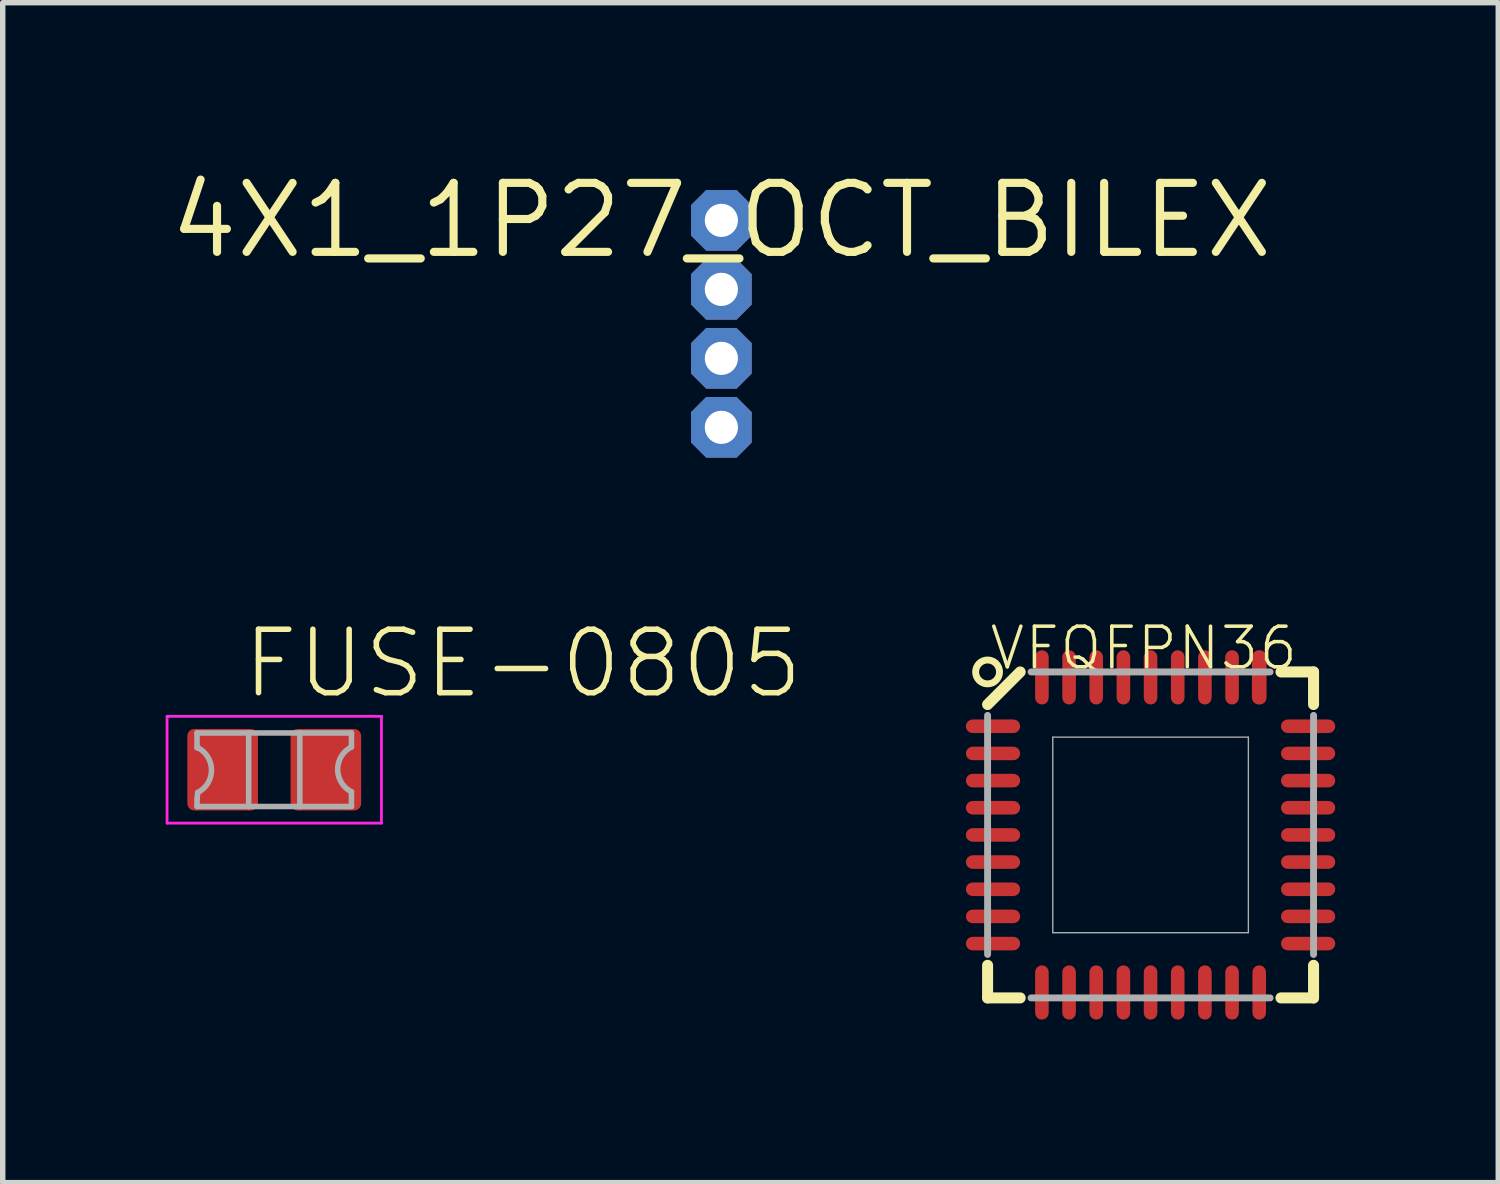
<source format=kicad_pcb>
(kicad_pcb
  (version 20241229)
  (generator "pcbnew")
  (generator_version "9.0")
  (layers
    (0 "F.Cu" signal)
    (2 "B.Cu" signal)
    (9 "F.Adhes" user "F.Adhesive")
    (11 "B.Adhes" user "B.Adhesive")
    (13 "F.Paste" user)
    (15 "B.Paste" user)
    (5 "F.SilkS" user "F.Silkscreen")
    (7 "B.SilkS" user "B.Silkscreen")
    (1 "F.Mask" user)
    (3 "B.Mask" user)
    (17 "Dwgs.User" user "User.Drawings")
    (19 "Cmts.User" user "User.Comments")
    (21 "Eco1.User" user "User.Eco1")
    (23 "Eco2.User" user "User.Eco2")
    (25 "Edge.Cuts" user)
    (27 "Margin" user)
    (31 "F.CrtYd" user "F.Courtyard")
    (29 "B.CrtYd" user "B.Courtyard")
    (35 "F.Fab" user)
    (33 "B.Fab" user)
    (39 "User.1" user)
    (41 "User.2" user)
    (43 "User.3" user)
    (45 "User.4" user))
  (footprint "4X1_1P27_OCT_BILEX"
    (layer "F.Cu")
    (at 10.228 1.006)
    (property "Reference" "4X1_1P27_OCT_BILEX" (at 0 0 0) (layer "F.SilkS") (effects (font (size 1.27 1.27) (thickness 0.15))))
    (pad "1" thru_hole roundrect (at 0 0) (size 1.118 1.118) (drill 0.61) (layers "*.Cu" "*.Mask") (roundrect_rratio 0.25) (chamfer_ratio 0.25) (chamfer top_left top_right bottom_left bottom_right))
    (pad "2" thru_hole roundrect (at 0 1.27) (size 1.118 1.118) (drill 0.61) (layers "*.Cu" "*.Mask") (roundrect_rratio 0.25) (chamfer_ratio 0.25) (chamfer top_left top_right bottom_left bottom_right))
    (pad "3" thru_hole roundrect (at 0 2.54) (size 1.118 1.118) (drill 0.61) (layers "*.Cu" "*.Mask") (roundrect_rratio 0.25) (chamfer_ratio 0.25) (chamfer top_left top_right bottom_left bottom_right))
    (pad "4" thru_hole roundrect (at 0 3.81) (size 1.118 1.118) (drill 0.61) (layers "*.Cu" "*.Mask") (roundrect_rratio 0.25) (chamfer_ratio 0.25) (chamfer top_left top_right bottom_left bottom_right)))
  (footprint "FUSE-0805"
    (layer "F.Cu")
    (at 1.998 11.118)
    (property "Reference" "FUSE-0805" (at -0.635 -1.27 0) (layer "F.SilkS") (effects (font (size 1.168 1.168) (thickness 0.102)) (justify left bottom)))
    (fp_line (start -1.973 -0.983) (end 1.973 -0.983) (stroke (width 0.051) (type solid)) (layer "F.CrtYd"))
    (fp_line (start -1.973 0.983) (end -1.973 -0.983) (stroke (width 0.051) (type solid)) (layer "F.CrtYd"))
    (fp_line (start 1.973 -0.983) (end 1.973 0.983) (stroke (width 0.051) (type solid)) (layer "F.CrtYd"))
    (fp_line (start 1.973 0.983) (end -1.973 0.983) (stroke (width 0.051) (type solid)) (layer "F.CrtYd"))
    (fp_line (start -1.421 -0.677) (end -0.471 -0.677) (stroke (width 0.102) (type solid)) (layer "F.Fab"))
    (fp_line (start -1.421 -0.406) (end -1.421 -0.677) (stroke (width 0.102) (type solid)) (layer "F.Fab"))
    (fp_line (start -1.421 0.546) (end -1.409 0.419) (stroke (width 0.102) (type solid)) (layer "F.Fab"))
    (fp_line (start -1.421 0.677) (end -1.421 0.546) (stroke (width 0.102) (type solid)) (layer "F.Fab"))
    (fp_line (start -1.409 -0.406) (end -1.421 -0.406) (stroke (width 0.102) (type solid)) (layer "F.Fab"))
    (fp_line (start -0.471 -0.677) (end 0.471 -0.677) (stroke (width 0.102) (type solid)) (layer "F.Fab"))
    (fp_line (start -0.471 0.677) (end -1.421 0.677) (stroke (width 0.102) (type solid)) (layer "F.Fab"))
    (fp_line (start -0.471 0.677) (end -0.471 -0.677) (stroke (width 0.102) (type solid)) (layer "F.Fab"))
    (fp_line (start 0.471 -0.677) (end 0.471 0.677) (stroke (width 0.102) (type solid)) (layer "F.Fab"))
    (fp_line (start 0.471 -0.677) (end 1.421 -0.677) (stroke (width 0.102) (type solid)) (layer "F.Fab"))
    (fp_line (start 0.471 0.677) (end -0.471 0.677) (stroke (width 0.102) (type solid)) (layer "F.Fab"))
    (fp_line (start 1.421 -0.677) (end 1.421 -0.419) (stroke (width 0.102) (type solid)) (layer "F.Fab"))
    (fp_line (start 1.421 0.406) (end 1.421 0.677) (stroke (width 0.102) (type solid)) (layer "F.Fab"))
    (fp_line (start 1.421 0.677) (end 0.471 0.677) (stroke (width 0.102) (type solid)) (layer "F.Fab"))
    (fp_arc (start -1.408499 -0.406499) (mid -1.154715 0.006251) (end -1.4085 0.419) (stroke (width 0.1016) (type solid)) (layer "F.Fab"))
    (fp_arc (start 1.420999 0.406499) (mid 1.167215 -0.006251) (end 1.421 -0.419) (stroke (width 0.1016) (type solid)) (layer "F.Fab"))
    (pad "1" smd roundrect (at -0.95 0) (size 1.3 1.5) (layers "F.Cu" "F.Mask" "F.Paste") (roundrect_rratio 0.098))
    (pad "2" smd roundrect (at 0.95 0) (size 1.3 1.5) (layers "F.Cu" "F.Mask" "F.Paste") (roundrect_rratio 0.098)))
  (footprint "VFQFPN36"
    (layer "F.Cu")
    (at 18.128 12.318)
    (property "Reference" "VFQFPN36" (at -3 -3 0) (layer "F.SilkS") (effects (font (size 0.748 0.748) (thickness 0.065)) (justify left bottom)))
    (fp_line (start -3 -2.4) (end -2.4 -3) (stroke (width 0.203) (type solid)) (layer "F.SilkS"))
    (fp_line (start -3 3) (end -3 2.4) (stroke (width 0.203) (type solid)) (layer "F.SilkS"))
    (fp_line (start -3 3) (end -2.4 3) (stroke (width 0.203) (type solid)) (layer "F.SilkS"))
    (fp_line (start 2.4 -3) (end 3 -3) (stroke (width 0.203) (type solid)) (layer "F.SilkS"))
    (fp_line (start 2.4 3) (end 3 3) (stroke (width 0.203) (type solid)) (layer "F.SilkS"))
    (fp_line (start 3 -2.4) (end 3 -3) (stroke (width 0.203) (type solid)) (layer "F.SilkS"))
    (fp_line (start 3 3) (end 3 2.4) (stroke (width 0.203) (type solid)) (layer "F.SilkS"))
    (fp_circle (center -3 -3) (end -2.78 -3) (stroke (width 0.127) (type solid)) (fill no) (layer "F.SilkS"))
    (fp_line (start -3 2.2) (end -3 -2.2) (stroke (width 0.127) (type solid)) (layer "F.Fab"))
    (fp_line (start -1.8 -1.8) (end 1.8 -1.8) (stroke (width 0.025) (type solid)) (layer "F.Fab"))
    (fp_line (start -1.8 1.8) (end -1.8 -1.8) (stroke (width 0.025) (type solid)) (layer "F.Fab"))
    (fp_line (start 1.8 -1.8) (end 1.8 1.8) (stroke (width 0.025) (type solid)) (layer "F.Fab"))
    (fp_line (start 1.8 1.8) (end -1.8 1.8) (stroke (width 0.025) (type solid)) (layer "F.Fab"))
    (fp_line (start 2.2 -3) (end -2.2 -3) (stroke (width 0.127) (type solid)) (layer "F.Fab"))
    (fp_line (start 2.2 3) (end -2.2 3) (stroke (width 0.127) (type solid)) (layer "F.Fab"))
    (fp_line (start 3 2.2) (end 3 -2.2) (stroke (width 0.127) (type solid)) (layer "F.Fab"))
    (pad "1" smd roundrect (at -2.9 -2) (size 1 0.25) (layers "F.Cu" "F.Mask" "F.Paste") (roundrect_rratio 0.5))
    (pad "2" smd roundrect (at -2.9 -1.5) (size 1 0.25) (layers "F.Cu" "F.Mask" "F.Paste") (roundrect_rratio 0.5))
    (pad "3" smd roundrect (at -2.9 -1) (size 1 0.25) (layers "F.Cu" "F.Mask" "F.Paste") (roundrect_rratio 0.5))
    (pad "4" smd roundrect (at -2.9 -0.5) (size 1 0.25) (layers "F.Cu" "F.Mask" "F.Paste") (roundrect_rratio 0.5))
    (pad "5" smd roundrect (at -2.9 0) (size 1 0.25) (layers "F.Cu" "F.Mask" "F.Paste") (roundrect_rratio 0.5))
    (pad "6" smd roundrect (at -2.9 0.5) (size 1 0.25) (layers "F.Cu" "F.Mask" "F.Paste") (roundrect_rratio 0.5))
    (pad "7" smd roundrect (at -2.9 1) (size 1 0.25) (layers "F.Cu" "F.Mask" "F.Paste") (roundrect_rratio 0.5))
    (pad "8" smd roundrect (at -2.9 1.5) (size 1 0.25) (layers "F.Cu" "F.Mask" "F.Paste") (roundrect_rratio 0.5))
    (pad "9" smd roundrect (at -2.9 2) (size 1 0.25) (layers "F.Cu" "F.Mask" "F.Paste") (roundrect_rratio 0.5))
    (pad "10" smd roundrect (at -2 2.9 90) (size 1 0.25) (layers "F.Cu" "F.Mask" "F.Paste") (roundrect_rratio 0.5))
    (pad "11" smd roundrect (at -1.5 2.9 90) (size 1 0.25) (layers "F.Cu" "F.Mask" "F.Paste") (roundrect_rratio 0.5))
    (pad "12" smd roundrect (at -1 2.9 90) (size 1 0.25) (layers "F.Cu" "F.Mask" "F.Paste") (roundrect_rratio 0.5))
    (pad "13" smd roundrect (at -0.5 2.9 90) (size 1 0.25) (layers "F.Cu" "F.Mask" "F.Paste") (roundrect_rratio 0.5))
    (pad "14" smd roundrect (at 0 2.9 90) (size 1 0.25) (layers "F.Cu" "F.Mask" "F.Paste") (roundrect_rratio 0.5))
    (pad "15" smd roundrect (at 0.5 2.9 90) (size 1 0.25) (layers "F.Cu" "F.Mask" "F.Paste") (roundrect_rratio 0.5))
    (pad "16" smd roundrect (at 1 2.9 90) (size 1 0.25) (layers "F.Cu" "F.Mask" "F.Paste") (roundrect_rratio 0.5))
    (pad "17" smd roundrect (at 1.5 2.9 90) (size 1 0.25) (layers "F.Cu" "F.Mask" "F.Paste") (roundrect_rratio 0.5))
    (pad "18" smd roundrect (at 2 2.9 90) (size 1 0.25) (layers "F.Cu" "F.Mask" "F.Paste") (roundrect_rratio 0.5))
    (pad "19" smd roundrect (at 2.9 2 180) (size 1 0.25) (layers "F.Cu" "F.Mask" "F.Paste") (roundrect_rratio 0.5))
    (pad "20" smd roundrect (at 2.9 1.5 180) (size 1 0.25) (layers "F.Cu" "F.Mask" "F.Paste") (roundrect_rratio 0.5))
    (pad "21" smd roundrect (at 2.9 1 180) (size 1 0.25) (layers "F.Cu" "F.Mask" "F.Paste") (roundrect_rratio 0.5))
    (pad "22" smd roundrect (at 2.9 0.5 180) (size 1 0.25) (layers "F.Cu" "F.Mask" "F.Paste") (roundrect_rratio 0.5))
    (pad "23" smd roundrect (at 2.9 0 180) (size 1 0.25) (layers "F.Cu" "F.Mask" "F.Paste") (roundrect_rratio 0.5))
    (pad "24" smd roundrect (at 2.9 -0.5 180) (size 1 0.25) (layers "F.Cu" "F.Mask" "F.Paste") (roundrect_rratio 0.5))
    (pad "25" smd roundrect (at 2.9 -1 180) (size 1 0.25) (layers "F.Cu" "F.Mask" "F.Paste") (roundrect_rratio 0.5))
    (pad "26" smd roundrect (at 2.9 -1.5 180) (size 1 0.25) (layers "F.Cu" "F.Mask" "F.Paste") (roundrect_rratio 0.5))
    (pad "27" smd roundrect (at 2.9 -2 180) (size 1 0.25) (layers "F.Cu" "F.Mask" "F.Paste") (roundrect_rratio 0.5))
    (pad "28" smd roundrect (at 2 -2.9 270) (size 1 0.27) (layers "F.Cu" "F.Mask" "F.Paste") (roundrect_rratio 0.47))
    (pad "29" smd roundrect (at 1.5 -2.9 270) (size 1 0.25) (layers "F.Cu" "F.Mask" "F.Paste") (roundrect_rratio 0.5))
    (pad "30" smd roundrect (at 1 -2.9 270) (size 1 0.25) (layers "F.Cu" "F.Mask" "F.Paste") (roundrect_rratio 0.5))
    (pad "31" smd roundrect (at 0.5 -2.9 270) (size 1 0.25) (layers "F.Cu" "F.Mask" "F.Paste") (roundrect_rratio 0.5))
    (pad "32" smd roundrect (at 0 -2.9 270) (size 1 0.25) (layers "F.Cu" "F.Mask" "F.Paste") (roundrect_rratio 0.5))
    (pad "33" smd roundrect (at -0.5 -2.9 270) (size 1 0.25) (layers "F.Cu" "F.Mask" "F.Paste") (roundrect_rratio 0.5))
    (pad "34" smd roundrect (at -1 -2.9 270) (size 1 0.25) (layers "F.Cu" "F.Mask" "F.Paste") (roundrect_rratio 0.5))
    (pad "35" smd roundrect (at -1.5 -2.9 270) (size 1 0.25) (layers "F.Cu" "F.Mask" "F.Paste") (roundrect_rratio 0.5))
    (pad "36" smd roundrect (at -2 -2.9 270) (size 1 0.25) (layers "F.Cu" "F.Mask" "F.Paste") (roundrect_rratio 0.5)))
  (gr_rect
    (start -3 -3)
    (end 24.528 18.718)
    (stroke (width 0.1) (type default))
    (fill no)
    (layer "Edge.Cuts")))
</source>
